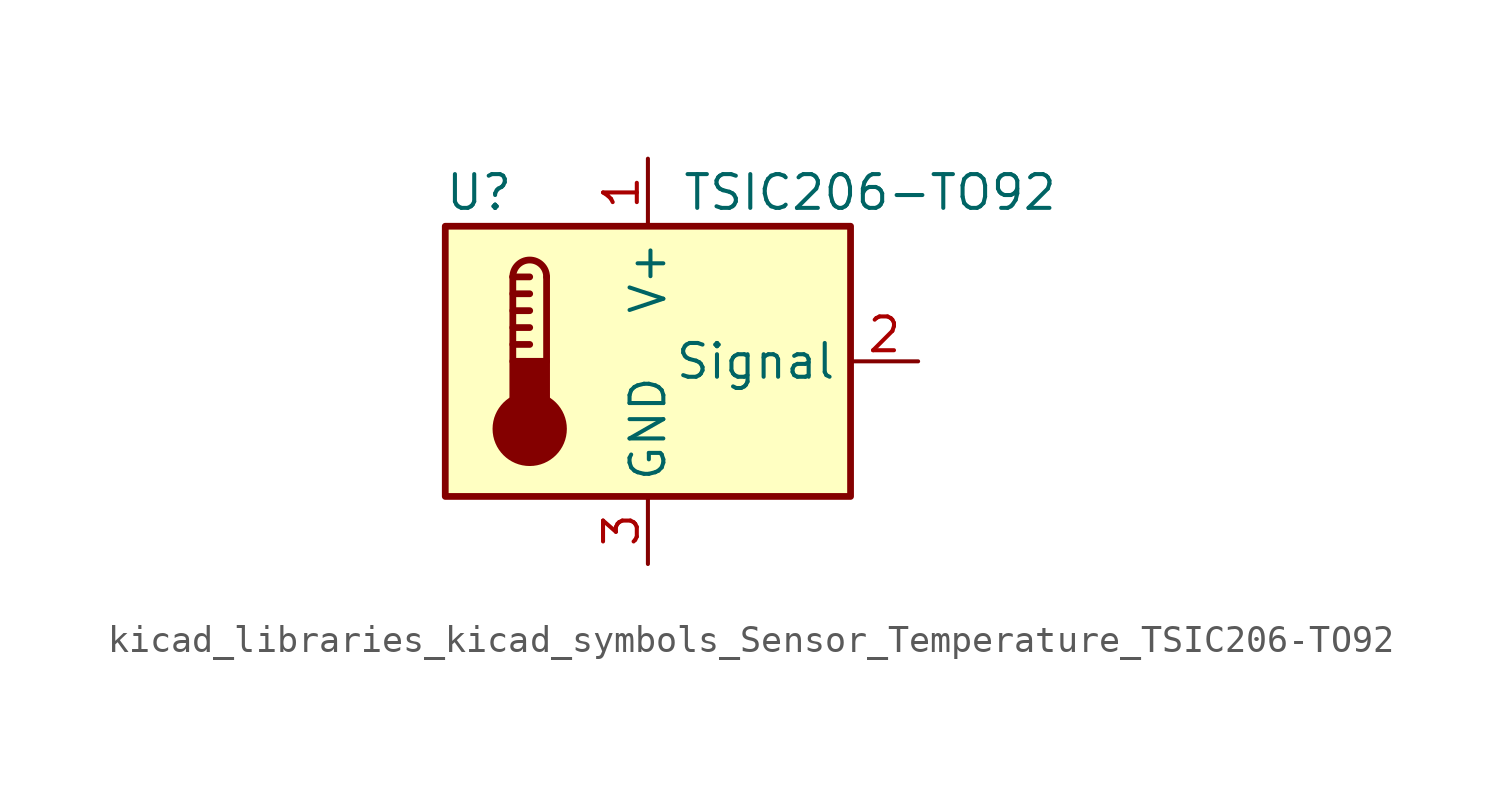
<source format=kicad_sym>
(kicad_symbol_lib
  (version 20220914)
  (generator kicad_symbol_editor)
  (symbol "kicad_libraries_kicad_symbols_Sensor_Temperature_TSIC206-TO92"
    (property "Reference" "U"
      (at -6.35 6.35 0)
      (effects (font (size 1.27 1.27))))
    (property "Value" "TSIC206-TO92"
      (at 1.27 6.35 0)
      (effects (font (size 1.27 1.27)) (justify left)))
    (symbol "kicad_libraries_kicad_symbols_Sensor_Temperature_TSIC206-TO92_0_1"
      (rectangle (start -7.62 5.08) (end 7.62 -5.08) (stroke (width 0.254) (type default)) (fill (type background)))
      (circle (center -4.445 -2.54) (radius 1.27) (stroke (width 0.254) (type default)) (fill (type outline)))
      (rectangle (start -3.81 -1.905) (end -5.08 0) (stroke (width 0.254) (type default)) (fill (type outline)))
      (arc (start -3.81 3.175) (mid -4.445 3.8073) (end -5.08 3.175) (stroke (width 0.254) (type default)) (fill (type none)))
      (polyline (pts (xy -5.08 0.635) (xy -4.445 0.635)) (stroke (width 0.254) (type default)) (fill (type none)))
      (polyline (pts (xy -5.08 1.27) (xy -4.445 1.27)) (stroke (width 0.254) (type default)) (fill (type none)))
      (polyline (pts (xy -5.08 1.905) (xy -4.445 1.905)) (stroke (width 0.254) (type default)) (fill (type none)))
      (polyline (pts (xy -5.08 2.54) (xy -4.445 2.54)) (stroke (width 0.254) (type default)) (fill (type none)))
      (polyline (pts (xy -5.08 3.175) (xy -5.08 0)) (stroke (width 0.254) (type default)) (fill (type none)))
      (polyline (pts (xy -5.08 3.175) (xy -4.445 3.175)) (stroke (width 0.254) (type default)) (fill (type none)))
      (polyline (pts (xy -3.81 3.175) (xy -3.81 0)) (stroke (width 0.254) (type default)) (fill (type none))))
    (symbol "kicad_libraries_kicad_symbols_Sensor_Temperature_TSIC206-TO92_1_1"
      (pin power_in line (at 0 7.62 270) (length 2.54) (name "V+" (effects (font (size 1.27 1.27)))) (number "1" (effects (font (size 1.27 1.27)))))
      (pin output line (at 10.16 0 180) (length 2.54) (name "Signal" (effects (font (size 1.27 1.27)))) (number "2" (effects (font (size 1.27 1.27)))))
      (pin power_in line (at 0 -7.62 90) (length 2.54) (name "GND" (effects (font (size 1.27 1.27)))) (number "3" (effects (font (size 1.27 1.27))))))))
</source>
